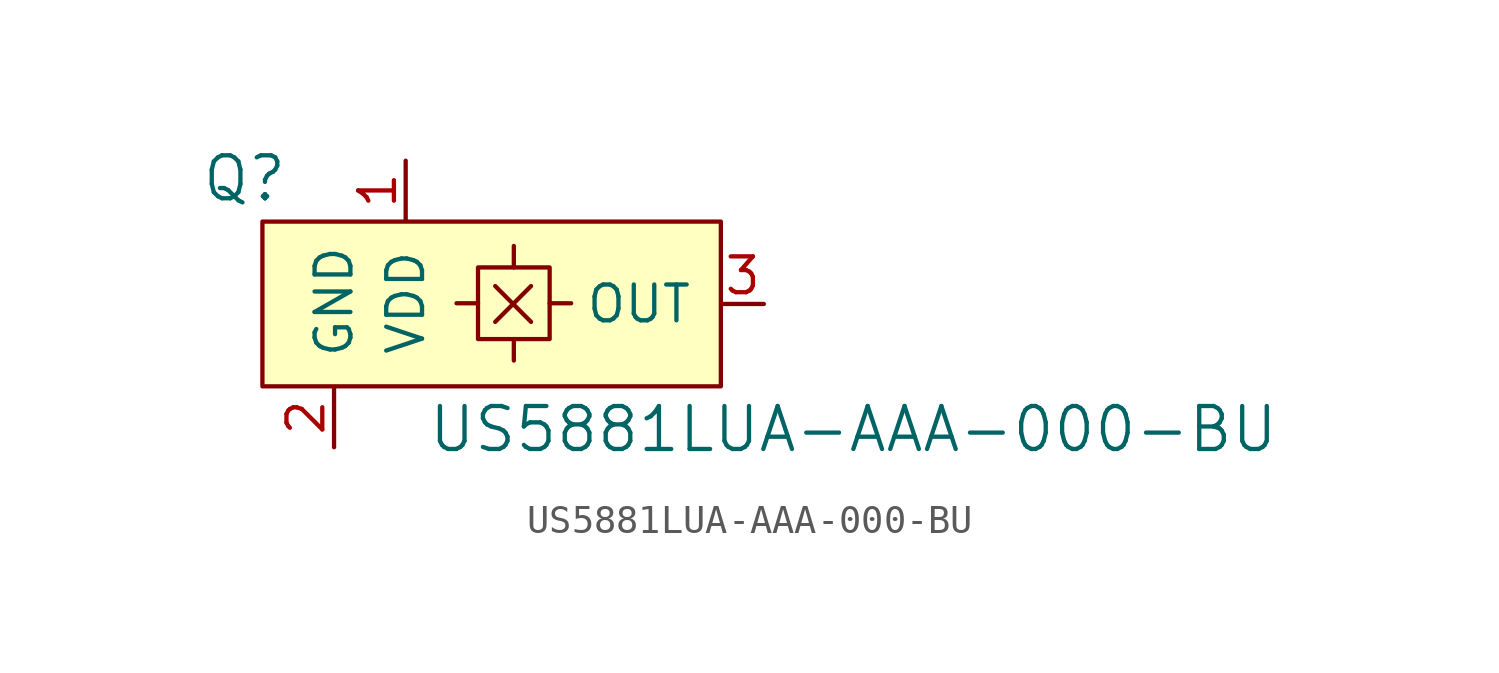
<source format=kicad_sym>
(kicad_symbol_lib
  (version 20231120)
  (generator "kicad_symbol_editor")
  (generator_version "8.0")
  (symbol "US5881LUA-AAA-000-BU"
    (pin_names
      (offset 1.016))
    (property "Reference" "Q"
      (at -8.255 4.445 0)
      (effects (font (size 1.524 1.524))))
    (property "Value" "US5881LUA-AAA-000-BU"
      (at 13.335 -4.445 0)
      (effects (font (size 1.524 1.524))))
    (symbol "US5881LUA-AAA-000-BU_0_1"
      (polyline (pts (xy 0.025 0.025) (xy -0.737 0.025)) (stroke (width 0) (type default)) (fill (type none)))
      (polyline (pts (xy 0.635 -0.635) (xy 1.905 0.635)) (stroke (width 0) (type default)) (fill (type none)))
      (polyline (pts (xy 0.635 0.635) (xy 1.905 -0.635)) (stroke (width 0) (type default)) (fill (type none)))
      (polyline (pts (xy 1.295 -1.245) (xy 1.295 -2.007)) (stroke (width 0) (type default)) (fill (type none)))
      (polyline (pts (xy 1.295 1.295) (xy 1.295 2.057)) (stroke (width 0) (type default)) (fill (type none)))
      (polyline (pts (xy 2.565 0.025) (xy 3.327 0.025)) (stroke (width 0) (type default)) (fill (type none)))
      (rectangle (start 0.025 1.295) (end 2.565 -1.245) (stroke (width 0) (type default)) (fill (type none)))
      (rectangle (start 8.636 2.921) (end -7.62 -2.921) (stroke (width 0) (type default)) (fill (type background))))
    (symbol "US5881LUA-AAA-000-BU_1_1"
      (pin power_in line (at -2.54 5.08 270) (length 2.108) (name "VDD" (effects (font (size 1.27 1.27)))) (number "1" (effects (font (size 1.27 1.27)))))
      (pin power_in line (at -5.08 -5.08 90) (length 2.108) (name "GND" (effects (font (size 1.27 1.27)))) (number "2" (effects (font (size 1.27 1.27)))))
      (pin output line (at 10.16 0 180) (length 1.499) (name "OUT" (effects (font (size 1.27 1.27)))) (number "3" (effects (font (size 1.27 1.27))))))))
</source>
